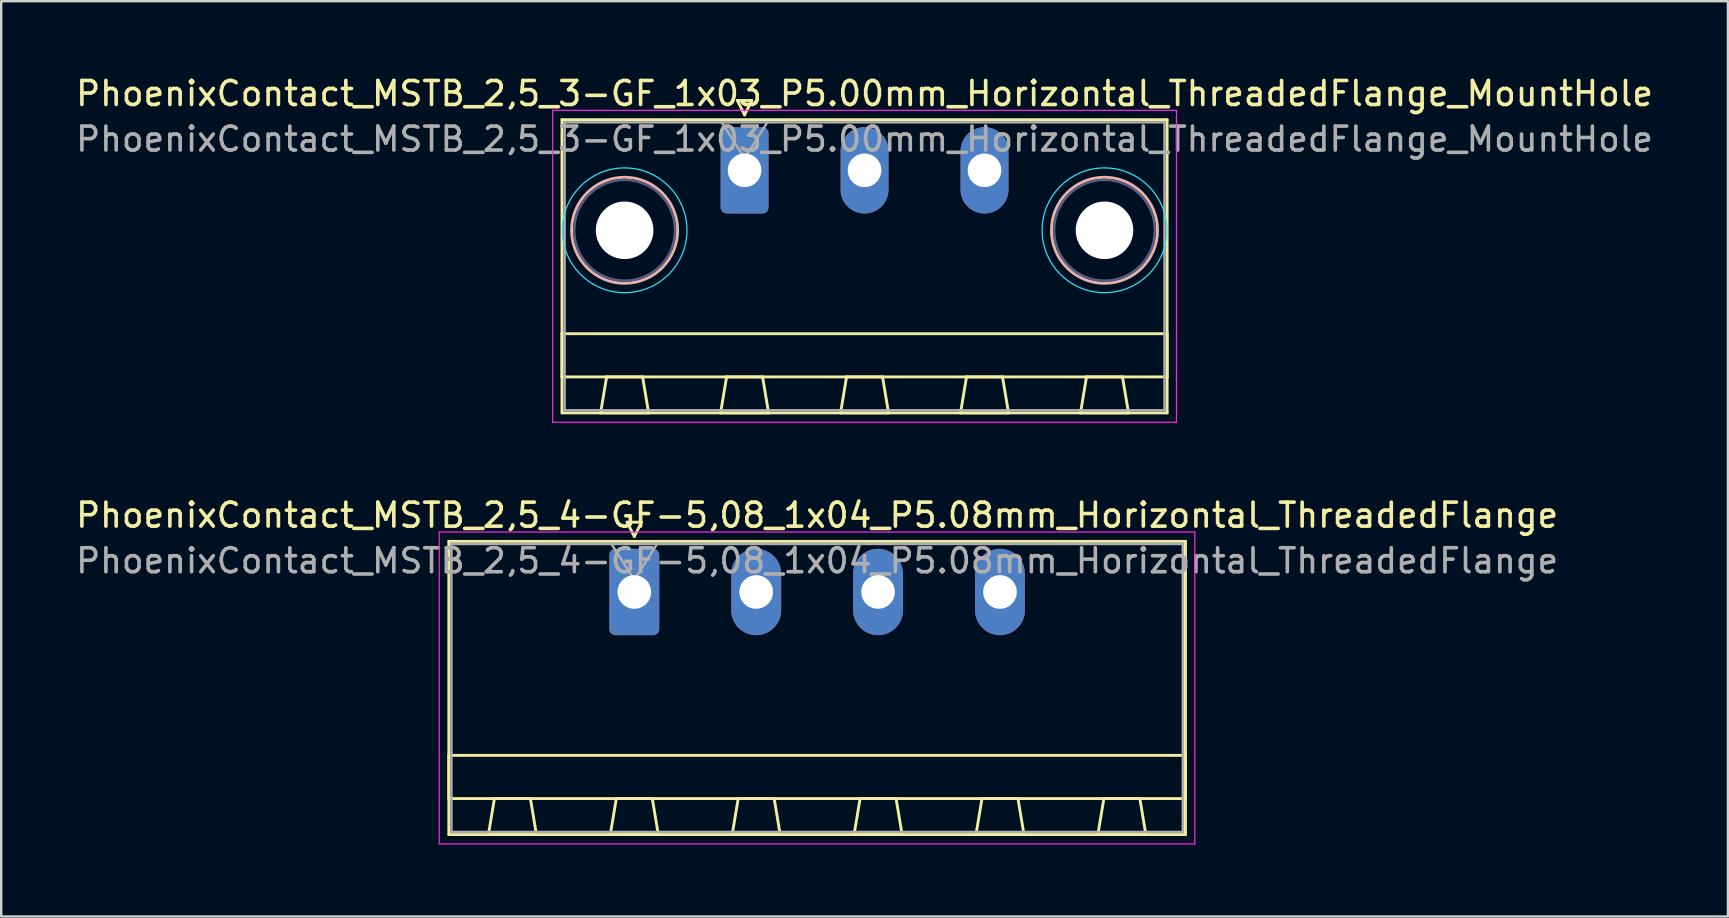
<source format=kicad_pcb>
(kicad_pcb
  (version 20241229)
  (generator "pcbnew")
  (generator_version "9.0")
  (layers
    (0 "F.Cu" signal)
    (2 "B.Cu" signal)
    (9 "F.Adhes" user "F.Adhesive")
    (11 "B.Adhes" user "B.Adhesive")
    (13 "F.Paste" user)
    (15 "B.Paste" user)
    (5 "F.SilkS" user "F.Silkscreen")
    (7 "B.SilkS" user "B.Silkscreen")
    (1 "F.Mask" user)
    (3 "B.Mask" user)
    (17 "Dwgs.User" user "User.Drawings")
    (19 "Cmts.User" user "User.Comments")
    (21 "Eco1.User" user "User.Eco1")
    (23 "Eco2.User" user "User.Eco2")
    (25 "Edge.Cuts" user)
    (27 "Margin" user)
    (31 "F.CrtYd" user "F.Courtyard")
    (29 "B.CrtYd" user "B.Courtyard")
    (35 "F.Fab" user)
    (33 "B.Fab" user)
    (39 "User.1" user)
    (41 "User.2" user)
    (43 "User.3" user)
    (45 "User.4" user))
  (footprint "PhoenixContact_MSTB_2,5_4-GF-5,08_1x04_P5.08mm_Horizontal_ThreadedFlange"
    (layer "F.Cu")
    (at 23.386 21.622)
    (property "Reference" "PhoenixContact_MSTB_2,5_4-GF-5,08_1x04_P5.08mm_Horizontal_ThreadedFlange" (at 7.62 -3.2 0) (layer "F.SilkS") (effects (font (size 1 1) (thickness 0.15))))
    (attr through_hole)
    (fp_line (start -7.73 -2.11) (end -7.73 10.11) (stroke (width 0.12) (type solid)) (layer "F.SilkS"))
    (fp_line (start -7.73 6.81) (end 22.97 6.81) (stroke (width 0.12) (type solid)) (layer "F.SilkS"))
    (fp_line (start -7.73 8.61) (end -7.73 6.81) (stroke (width 0.12) (type solid)) (layer "F.SilkS"))
    (fp_line (start -7.73 10.11) (end 22.97 10.11) (stroke (width 0.12) (type solid)) (layer "F.SilkS"))
    (fp_line (start -6.08 10.11) (end -4.08 10.11) (stroke (width 0.12) (type solid)) (layer "F.SilkS"))
    (fp_line (start -5.83 8.61) (end -6.08 10.11) (stroke (width 0.12) (type solid)) (layer "F.SilkS"))
    (fp_line (start -4.33 8.61) (end -5.83 8.61) (stroke (width 0.12) (type solid)) (layer "F.SilkS"))
    (fp_line (start -4.08 10.11) (end -4.33 8.61) (stroke (width 0.12) (type solid)) (layer "F.SilkS"))
    (fp_line (start -1 10.11) (end 1 10.11) (stroke (width 0.12) (type solid)) (layer "F.SilkS"))
    (fp_line (start -0.75 8.61) (end -1 10.11) (stroke (width 0.12) (type solid)) (layer "F.SilkS"))
    (fp_line (start -0.3 -2.91) (end 0.3 -2.91) (stroke (width 0.12) (type solid)) (layer "F.SilkS"))
    (fp_line (start 0 -2.31) (end -0.3 -2.91) (stroke (width 0.12) (type solid)) (layer "F.SilkS"))
    (fp_line (start 0.3 -2.91) (end 0 -2.31) (stroke (width 0.12) (type solid)) (layer "F.SilkS"))
    (fp_line (start 0.75 8.61) (end -0.75 8.61) (stroke (width 0.12) (type solid)) (layer "F.SilkS"))
    (fp_line (start 1 10.11) (end 0.75 8.61) (stroke (width 0.12) (type solid)) (layer "F.SilkS"))
    (fp_line (start 4.08 10.11) (end 6.08 10.11) (stroke (width 0.12) (type solid)) (layer "F.SilkS"))
    (fp_line (start 4.33 8.61) (end 4.08 10.11) (stroke (width 0.12) (type solid)) (layer "F.SilkS"))
    (fp_line (start 5.83 8.61) (end 4.33 8.61) (stroke (width 0.12) (type solid)) (layer "F.SilkS"))
    (fp_line (start 6.08 10.11) (end 5.83 8.61) (stroke (width 0.12) (type solid)) (layer "F.SilkS"))
    (fp_line (start 9.16 10.11) (end 11.16 10.11) (stroke (width 0.12) (type solid)) (layer "F.SilkS"))
    (fp_line (start 9.41 8.61) (end 9.16 10.11) (stroke (width 0.12) (type solid)) (layer "F.SilkS"))
    (fp_line (start 10.91 8.61) (end 9.41 8.61) (stroke (width 0.12) (type solid)) (layer "F.SilkS"))
    (fp_line (start 11.16 10.11) (end 10.91 8.61) (stroke (width 0.12) (type solid)) (layer "F.SilkS"))
    (fp_line (start 14.24 10.11) (end 16.24 10.11) (stroke (width 0.12) (type solid)) (layer "F.SilkS"))
    (fp_line (start 14.49 8.61) (end 14.24 10.11) (stroke (width 0.12) (type solid)) (layer "F.SilkS"))
    (fp_line (start 15.99 8.61) (end 14.49 8.61) (stroke (width 0.12) (type solid)) (layer "F.SilkS"))
    (fp_line (start 16.24 10.11) (end 15.99 8.61) (stroke (width 0.12) (type solid)) (layer "F.SilkS"))
    (fp_line (start 19.32 10.11) (end 21.32 10.11) (stroke (width 0.12) (type solid)) (layer "F.SilkS"))
    (fp_line (start 19.57 8.61) (end 19.32 10.11) (stroke (width 0.12) (type solid)) (layer "F.SilkS"))
    (fp_line (start 21.07 8.61) (end 19.57 8.61) (stroke (width 0.12) (type solid)) (layer "F.SilkS"))
    (fp_line (start 21.32 10.11) (end 21.07 8.61) (stroke (width 0.12) (type solid)) (layer "F.SilkS"))
    (fp_line (start 22.97 -2.11) (end -7.73 -2.11) (stroke (width 0.12) (type solid)) (layer "F.SilkS"))
    (fp_line (start 22.97 6.81) (end 22.97 8.61) (stroke (width 0.12) (type solid)) (layer "F.SilkS"))
    (fp_line (start 22.97 8.61) (end -7.73 8.61) (stroke (width 0.12) (type solid)) (layer "F.SilkS"))
    (fp_line (start 22.97 10.11) (end 22.97 -2.11) (stroke (width 0.12) (type solid)) (layer "F.SilkS"))
    (fp_line (start -8.13 -2.5) (end -8.13 10.5) (stroke (width 0.05) (type solid)) (layer "F.CrtYd"))
    (fp_line (start -8.13 10.5) (end 23.36 10.5) (stroke (width 0.05) (type solid)) (layer "F.CrtYd"))
    (fp_line (start 23.36 -2.5) (end -8.13 -2.5) (stroke (width 0.05) (type solid)) (layer "F.CrtYd"))
    (fp_line (start 23.36 10.5) (end 23.36 -2.5) (stroke (width 0.05) (type solid)) (layer "F.CrtYd"))
    (fp_line (start -7.62 -2) (end -7.62 10) (stroke (width 0.1) (type solid)) (layer "F.Fab"))
    (fp_line (start -7.62 10) (end 22.86 10) (stroke (width 0.1) (type solid)) (layer "F.Fab"))
    (fp_line (start 0 -0.5) (end -0.95 -2) (stroke (width 0.1) (type solid)) (layer "F.Fab"))
    (fp_line (start 0.95 -2) (end 0 -0.5) (stroke (width 0.1) (type solid)) (layer "F.Fab"))
    (fp_line (start 22.86 -2) (end -7.62 -2) (stroke (width 0.1) (type solid)) (layer "F.Fab"))
    (fp_line (start 22.86 10) (end 22.86 -2) (stroke (width 0.1) (type solid)) (layer "F.Fab"))
    (fp_text user "${REFERENCE}" (at 7.62 -1.3 0) (layer "F.Fab") (effects (font (size 1 1) (thickness 0.15))))
    (pad "1" thru_hole roundrect (at 0 0) (size 2.08 3.6) (drill 1.4) (layers "*.Cu" "*.Mask") (roundrect_rratio 0.12))
    (pad "2" thru_hole oval (at 5.08 0) (size 2.08 3.6) (drill 1.4) (layers "*.Cu" "*.Mask"))
    (pad "3" thru_hole oval (at 10.16 0) (size 2.08 3.6) (drill 1.4) (layers "*.Cu" "*.Mask"))
    (pad "4" thru_hole oval (at 15.24 0) (size 2.08 3.6) (drill 1.4) (layers "*.Cu" "*.Mask")))
  (footprint "PhoenixContact_MSTB_2,5_3-GF_1x03_P5.00mm_Horizontal_ThreadedFlange_MountHole"
    (layer "F.Cu")
    (at 27.982 4.048)
    (property "Reference" "PhoenixContact_MSTB_2,5_3-GF_1x03_P5.00mm_Horizontal_ThreadedFlange_MountHole" (at 5 -3.2 0) (layer "F.SilkS") (effects (font (size 1 1) (thickness 0.15))))
    (attr through_hole)
    (fp_line (start -7.61 -2.11) (end -7.61 10.11) (stroke (width 0.12) (type solid)) (layer "F.SilkS"))
    (fp_line (start -7.61 6.81) (end 17.61 6.81) (stroke (width 0.12) (type solid)) (layer "F.SilkS"))
    (fp_line (start -7.61 8.61) (end -7.61 6.81) (stroke (width 0.12) (type solid)) (layer "F.SilkS"))
    (fp_line (start -7.61 10.11) (end 17.61 10.11) (stroke (width 0.12) (type solid)) (layer "F.SilkS"))
    (fp_line (start -6 10.11) (end -4 10.11) (stroke (width 0.12) (type solid)) (layer "F.SilkS"))
    (fp_line (start -5.75 8.61) (end -6 10.11) (stroke (width 0.12) (type solid)) (layer "F.SilkS"))
    (fp_line (start -4.25 8.61) (end -5.75 8.61) (stroke (width 0.12) (type solid)) (layer "F.SilkS"))
    (fp_line (start -4 10.11) (end -4.25 8.61) (stroke (width 0.12) (type solid)) (layer "F.SilkS"))
    (fp_line (start -1 10.11) (end 1 10.11) (stroke (width 0.12) (type solid)) (layer "F.SilkS"))
    (fp_line (start -0.75 8.61) (end -1 10.11) (stroke (width 0.12) (type solid)) (layer "F.SilkS"))
    (fp_line (start -0.3 -2.91) (end 0.3 -2.91) (stroke (width 0.12) (type solid)) (layer "F.SilkS"))
    (fp_line (start 0 -2.31) (end -0.3 -2.91) (stroke (width 0.12) (type solid)) (layer "F.SilkS"))
    (fp_line (start 0.3 -2.91) (end 0 -2.31) (stroke (width 0.12) (type solid)) (layer "F.SilkS"))
    (fp_line (start 0.75 8.61) (end -0.75 8.61) (stroke (width 0.12) (type solid)) (layer "F.SilkS"))
    (fp_line (start 1 10.11) (end 0.75 8.61) (stroke (width 0.12) (type solid)) (layer "F.SilkS"))
    (fp_line (start 4 10.11) (end 6 10.11) (stroke (width 0.12) (type solid)) (layer "F.SilkS"))
    (fp_line (start 4.25 8.61) (end 4 10.11) (stroke (width 0.12) (type solid)) (layer "F.SilkS"))
    (fp_line (start 5.75 8.61) (end 4.25 8.61) (stroke (width 0.12) (type solid)) (layer "F.SilkS"))
    (fp_line (start 6 10.11) (end 5.75 8.61) (stroke (width 0.12) (type solid)) (layer "F.SilkS"))
    (fp_line (start 9 10.11) (end 11 10.11) (stroke (width 0.12) (type solid)) (layer "F.SilkS"))
    (fp_line (start 9.25 8.61) (end 9 10.11) (stroke (width 0.12) (type solid)) (layer "F.SilkS"))
    (fp_line (start 10.75 8.61) (end 9.25 8.61) (stroke (width 0.12) (type solid)) (layer "F.SilkS"))
    (fp_line (start 11 10.11) (end 10.75 8.61) (stroke (width 0.12) (type solid)) (layer "F.SilkS"))
    (fp_line (start 14 10.11) (end 16 10.11) (stroke (width 0.12) (type solid)) (layer "F.SilkS"))
    (fp_line (start 14.25 8.61) (end 14 10.11) (stroke (width 0.12) (type solid)) (layer "F.SilkS"))
    (fp_line (start 15.75 8.61) (end 14.25 8.61) (stroke (width 0.12) (type solid)) (layer "F.SilkS"))
    (fp_line (start 16 10.11) (end 15.75 8.61) (stroke (width 0.12) (type solid)) (layer "F.SilkS"))
    (fp_line (start 17.61 -2.11) (end -7.61 -2.11) (stroke (width 0.12) (type solid)) (layer "F.SilkS"))
    (fp_line (start 17.61 6.81) (end 17.61 8.61) (stroke (width 0.12) (type solid)) (layer "F.SilkS"))
    (fp_line (start 17.61 8.61) (end -7.61 8.61) (stroke (width 0.12) (type solid)) (layer "F.SilkS"))
    (fp_line (start 17.61 10.11) (end 17.61 -2.11) (stroke (width 0.12) (type solid)) (layer "F.SilkS"))
    (fp_circle (center -5 2.5) (end -2.79 2.5) (stroke (width 0.12) (type solid)) (fill no) (layer "B.SilkS"))
    (fp_circle (center 15 2.5) (end 17.21 2.5) (stroke (width 0.12) (type solid)) (fill no) (layer "B.SilkS"))
    (fp_circle (center -5 2.5) (end -2.4 2.5) (stroke (width 0.05) (type solid)) (fill no) (layer "B.CrtYd"))
    (fp_circle (center 15 2.5) (end 17.6 2.5) (stroke (width 0.05) (type solid)) (fill no) (layer "B.CrtYd"))
    (fp_line (start -8 -2.5) (end -8 10.5) (stroke (width 0.05) (type solid)) (layer "F.CrtYd"))
    (fp_line (start -8 10.5) (end 18 10.5) (stroke (width 0.05) (type solid)) (layer "F.CrtYd"))
    (fp_line (start 18 -2.5) (end -8 -2.5) (stroke (width 0.05) (type solid)) (layer "F.CrtYd"))
    (fp_line (start 18 10.5) (end 18 -2.5) (stroke (width 0.05) (type solid)) (layer "F.CrtYd"))
    (fp_circle (center -5 2.5) (end -2.9 2.5) (stroke (width 0.1) (type solid)) (fill no) (layer "B.Fab"))
    (fp_circle (center 15 2.5) (end 17.1 2.5) (stroke (width 0.1) (type solid)) (fill no) (layer "B.Fab"))
    (fp_line (start -7.5 -2) (end -7.5 10) (stroke (width 0.1) (type solid)) (layer "F.Fab"))
    (fp_line (start -7.5 10) (end 17.5 10) (stroke (width 0.1) (type solid)) (layer "F.Fab"))
    (fp_line (start 0 -0.5) (end -0.95 -2) (stroke (width 0.1) (type solid)) (layer "F.Fab"))
    (fp_line (start 0.95 -2) (end 0 -0.5) (stroke (width 0.1) (type solid)) (layer "F.Fab"))
    (fp_line (start 17.5 -2) (end -7.5 -2) (stroke (width 0.1) (type solid)) (layer "F.Fab"))
    (fp_line (start 17.5 10) (end 17.5 -2) (stroke (width 0.1) (type solid)) (layer "F.Fab"))
    (fp_text user "${REFERENCE}" (at 5 -1.3 0) (layer "F.Fab") (effects (font (size 1 1) (thickness 0.15))))
    (pad "" np_thru_hole circle (at -5 2.5) (size 2.4 2.4) (drill 2.4) (layers "*.Cu" "*.Mask"))
    (pad "" np_thru_hole circle (at 15 2.5) (size 2.4 2.4) (drill 2.4) (layers "*.Cu" "*.Mask"))
    (pad "1" thru_hole roundrect (at 0 0) (size 2 3.6) (drill 1.4) (layers "*.Cu" "*.Mask") (roundrect_rratio 0.125))
    (pad "2" thru_hole oval (at 5 0) (size 2 3.6) (drill 1.4) (layers "*.Cu" "*.Mask"))
    (pad "3" thru_hole oval (at 10 0) (size 2 3.6) (drill 1.4) (layers "*.Cu" "*.Mask")))
  (gr_rect
    (start -3 -3)
    (end 68.964 35.147)
    (stroke (width 0.1) (type default))
    (fill no)
    (layer "Edge.Cuts")))
</source>
